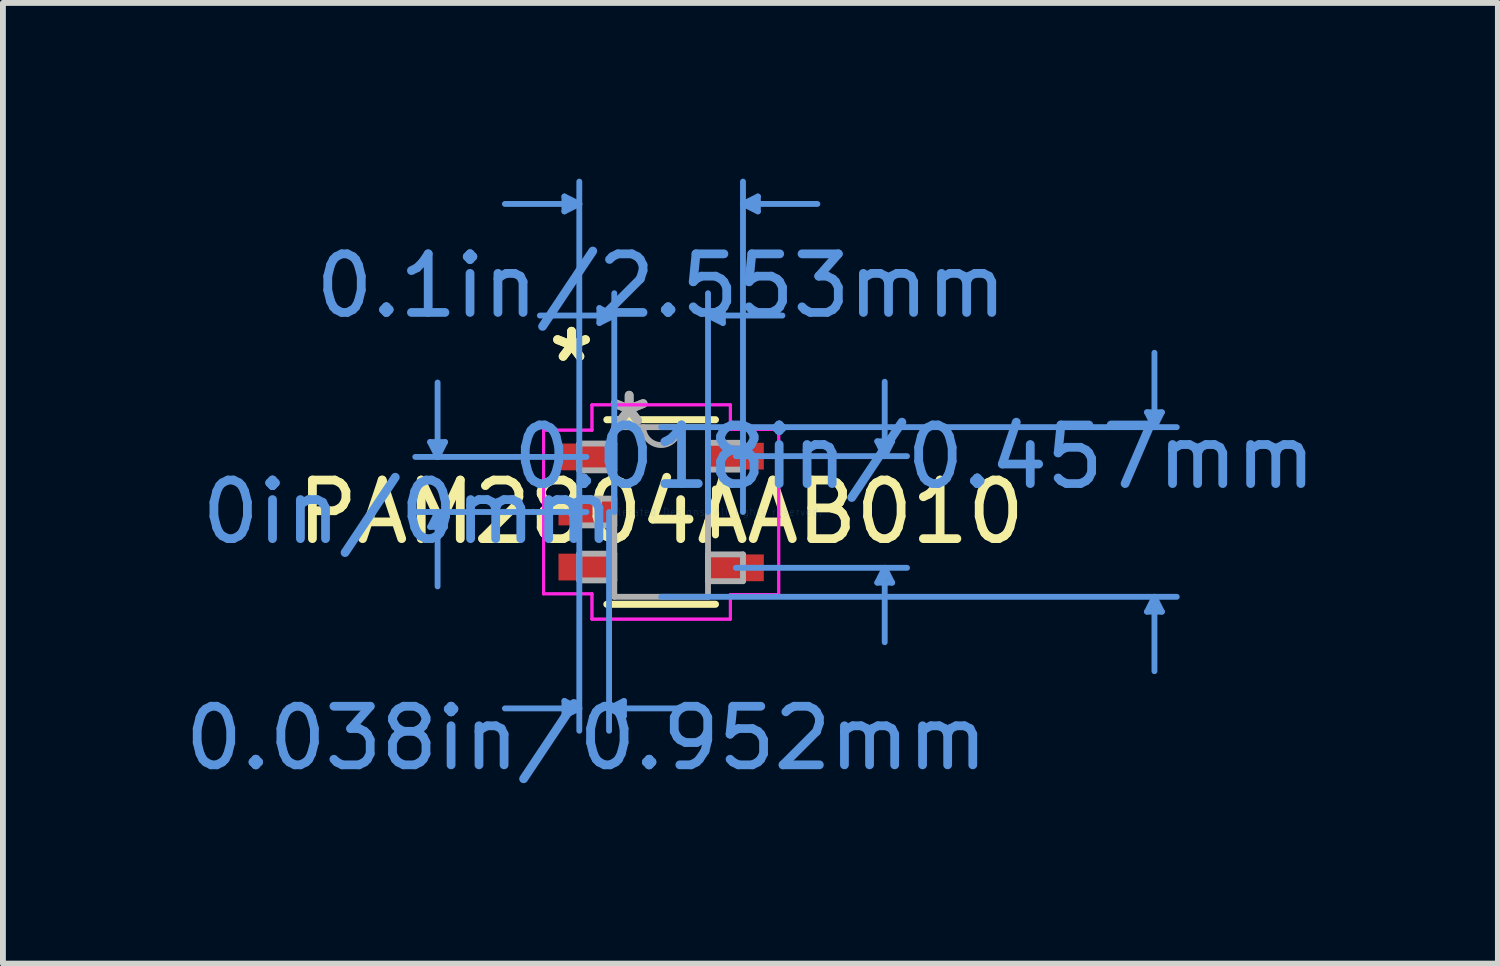
<source format=kicad_pcb>
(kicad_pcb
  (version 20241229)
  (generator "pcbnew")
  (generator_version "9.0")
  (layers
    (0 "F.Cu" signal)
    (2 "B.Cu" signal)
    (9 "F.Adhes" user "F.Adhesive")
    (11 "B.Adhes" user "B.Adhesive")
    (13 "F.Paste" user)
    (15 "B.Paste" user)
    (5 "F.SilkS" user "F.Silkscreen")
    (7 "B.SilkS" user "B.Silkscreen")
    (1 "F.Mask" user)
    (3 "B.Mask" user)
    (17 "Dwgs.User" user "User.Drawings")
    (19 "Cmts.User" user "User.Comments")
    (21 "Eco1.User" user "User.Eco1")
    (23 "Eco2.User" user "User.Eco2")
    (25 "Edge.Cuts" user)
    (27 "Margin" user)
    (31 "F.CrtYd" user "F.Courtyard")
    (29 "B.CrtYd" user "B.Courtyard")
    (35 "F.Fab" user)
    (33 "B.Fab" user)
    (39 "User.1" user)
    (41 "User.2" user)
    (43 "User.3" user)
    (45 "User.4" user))
  (footprint "PAM2804AAB010"
    (layer "F.Cu")
    (at 8.235 5.689)
    (property "Reference" "PAM2804AAB010" (at 0 0 0) (layer "F.SilkS") (effects (font (size 1 1) (thickness 0.15))))
    (attr through_hole)
    (fp_line (start -0.927 1.575) (end 0.927 1.575) (stroke (width 0.12) (type solid)) (layer "F.SilkS"))
    (fp_line (start 0.927 -1.575) (end -0.927 -1.575) (stroke (width 0.12) (type solid)) (layer "F.SilkS"))
    (fp_line (start 0.927 0.391) (end 0.927 -0.391) (stroke (width 0.12) (type solid)) (layer "F.SilkS"))
    (fp_line (start -3.943 -1.194) (end -3.689 -1.194) (stroke (width 0.1) (type solid)) (layer "Cmts.User"))
    (fp_line (start -3.943 0.254) (end -3.689 0.254) (stroke (width 0.1) (type solid)) (layer "Cmts.User"))
    (fp_line (start -3.816 -0.94) (end -3.943 -1.194) (stroke (width 0.1) (type solid)) (layer "Cmts.User"))
    (fp_line (start -3.816 -0.94) (end -3.816 -2.21) (stroke (width 0.1) (type solid)) (layer "Cmts.User"))
    (fp_line (start -3.816 -0.94) (end -3.689 -1.194) (stroke (width 0.1) (type solid)) (layer "Cmts.User"))
    (fp_line (start -3.816 0) (end -3.943 0.254) (stroke (width 0.1) (type solid)) (layer "Cmts.User"))
    (fp_line (start -3.816 0) (end -3.816 1.27) (stroke (width 0.1) (type solid)) (layer "Cmts.User"))
    (fp_line (start -3.816 0) (end -3.689 0.254) (stroke (width 0.1) (type solid)) (layer "Cmts.User"))
    (fp_line (start -1.651 -5.385) (end -1.651 -5.131) (stroke (width 0.1) (type solid)) (layer "Cmts.User"))
    (fp_line (start -1.651 3.226) (end -1.651 3.48) (stroke (width 0.1) (type solid)) (layer "Cmts.User"))
    (fp_line (start -1.397 -5.258) (end -2.667 -5.258) (stroke (width 0.1) (type solid)) (layer "Cmts.User"))
    (fp_line (start -1.397 -5.258) (end -1.651 -5.385) (stroke (width 0.1) (type solid)) (layer "Cmts.User"))
    (fp_line (start -1.397 -5.258) (end -1.651 -5.131) (stroke (width 0.1) (type solid)) (layer "Cmts.User"))
    (fp_line (start -1.397 0) (end -1.397 -5.639) (stroke (width 0.1) (type solid)) (layer "Cmts.User"))
    (fp_line (start -1.397 0) (end -1.397 3.734) (stroke (width 0.1) (type solid)) (layer "Cmts.User"))
    (fp_line (start -1.397 3.353) (end -2.667 3.353) (stroke (width 0.1) (type solid)) (layer "Cmts.User"))
    (fp_line (start -1.397 3.353) (end -1.651 3.226) (stroke (width 0.1) (type solid)) (layer "Cmts.User"))
    (fp_line (start -1.397 3.353) (end -1.651 3.48) (stroke (width 0.1) (type solid)) (layer "Cmts.User"))
    (fp_line (start -1.276 -0.94) (end -4.197 -0.94) (stroke (width 0.1) (type solid)) (layer "Cmts.User"))
    (fp_line (start -1.276 0) (end -4.197 0) (stroke (width 0.1) (type solid)) (layer "Cmts.User"))
    (fp_line (start -1.054 -3.48) (end -1.054 -3.226) (stroke (width 0.1) (type solid)) (layer "Cmts.User"))
    (fp_line (start -0.889 0) (end -0.889 3.734) (stroke (width 0.1) (type solid)) (layer "Cmts.User"))
    (fp_line (start -0.889 3.353) (end -0.635 3.226) (stroke (width 0.1) (type solid)) (layer "Cmts.User"))
    (fp_line (start -0.889 3.353) (end -0.635 3.48) (stroke (width 0.1) (type solid)) (layer "Cmts.User"))
    (fp_line (start -0.889 3.353) (end 0.381 3.353) (stroke (width 0.1) (type solid)) (layer "Cmts.User"))
    (fp_line (start -0.8 -3.353) (end -2.07 -3.353) (stroke (width 0.1) (type solid)) (layer "Cmts.User"))
    (fp_line (start -0.8 -3.353) (end -1.054 -3.48) (stroke (width 0.1) (type solid)) (layer "Cmts.User"))
    (fp_line (start -0.8 -3.353) (end -1.054 -3.226) (stroke (width 0.1) (type solid)) (layer "Cmts.User"))
    (fp_line (start -0.8 0) (end -0.8 -3.734) (stroke (width 0.1) (type solid)) (layer "Cmts.User"))
    (fp_line (start -0.635 3.226) (end -0.635 3.48) (stroke (width 0.1) (type solid)) (layer "Cmts.User"))
    (fp_line (start 0 -1.448) (end 8.801 -1.448) (stroke (width 0.1) (type solid)) (layer "Cmts.User"))
    (fp_line (start 0 1.448) (end 8.801 1.448) (stroke (width 0.1) (type solid)) (layer "Cmts.User"))
    (fp_line (start 0.8 -3.353) (end 1.054 -3.48) (stroke (width 0.1) (type solid)) (layer "Cmts.User"))
    (fp_line (start 0.8 -3.353) (end 1.054 -3.226) (stroke (width 0.1) (type solid)) (layer "Cmts.User"))
    (fp_line (start 0.8 -3.353) (end 2.07 -3.353) (stroke (width 0.1) (type solid)) (layer "Cmts.User"))
    (fp_line (start 0.8 0) (end 0.8 -3.734) (stroke (width 0.1) (type solid)) (layer "Cmts.User"))
    (fp_line (start 1.054 -3.48) (end 1.054 -3.226) (stroke (width 0.1) (type solid)) (layer "Cmts.User"))
    (fp_line (start 1.276 -0.953) (end 4.197 -0.953) (stroke (width 0.1) (type solid)) (layer "Cmts.User"))
    (fp_line (start 1.276 0.953) (end 4.197 0.953) (stroke (width 0.1) (type solid)) (layer "Cmts.User"))
    (fp_line (start 1.397 -5.258) (end 1.651 -5.385) (stroke (width 0.1) (type solid)) (layer "Cmts.User"))
    (fp_line (start 1.397 -5.258) (end 1.651 -5.131) (stroke (width 0.1) (type solid)) (layer "Cmts.User"))
    (fp_line (start 1.397 -5.258) (end 2.667 -5.258) (stroke (width 0.1) (type solid)) (layer "Cmts.User"))
    (fp_line (start 1.397 0) (end 1.397 -5.639) (stroke (width 0.1) (type solid)) (layer "Cmts.User"))
    (fp_line (start 1.651 -5.385) (end 1.651 -5.131) (stroke (width 0.1) (type solid)) (layer "Cmts.User"))
    (fp_line (start 3.689 -1.206) (end 3.943 -1.206) (stroke (width 0.1) (type solid)) (layer "Cmts.User"))
    (fp_line (start 3.689 1.206) (end 3.943 1.206) (stroke (width 0.1) (type solid)) (layer "Cmts.User"))
    (fp_line (start 3.816 -0.953) (end 3.689 -1.206) (stroke (width 0.1) (type solid)) (layer "Cmts.User"))
    (fp_line (start 3.816 -0.953) (end 3.816 -2.223) (stroke (width 0.1) (type solid)) (layer "Cmts.User"))
    (fp_line (start 3.816 -0.953) (end 3.943 -1.206) (stroke (width 0.1) (type solid)) (layer "Cmts.User"))
    (fp_line (start 3.816 0.953) (end 3.689 1.206) (stroke (width 0.1) (type solid)) (layer "Cmts.User"))
    (fp_line (start 3.816 0.953) (end 3.816 2.223) (stroke (width 0.1) (type solid)) (layer "Cmts.User"))
    (fp_line (start 3.816 0.953) (end 3.943 1.206) (stroke (width 0.1) (type solid)) (layer "Cmts.User"))
    (fp_line (start 8.293 -1.702) (end 8.547 -1.702) (stroke (width 0.1) (type solid)) (layer "Cmts.User"))
    (fp_line (start 8.293 1.702) (end 8.547 1.702) (stroke (width 0.1) (type solid)) (layer "Cmts.User"))
    (fp_line (start 8.42 -1.448) (end 8.293 -1.702) (stroke (width 0.1) (type solid)) (layer "Cmts.User"))
    (fp_line (start 8.42 -1.448) (end 8.42 -2.718) (stroke (width 0.1) (type solid)) (layer "Cmts.User"))
    (fp_line (start 8.42 -1.448) (end 8.547 -1.702) (stroke (width 0.1) (type solid)) (layer "Cmts.User"))
    (fp_line (start 8.42 1.448) (end 8.293 1.702) (stroke (width 0.1) (type solid)) (layer "Cmts.User"))
    (fp_line (start 8.42 1.448) (end 8.42 2.718) (stroke (width 0.1) (type solid)) (layer "Cmts.User"))
    (fp_line (start 8.42 1.448) (end 8.547 1.702) (stroke (width 0.1) (type solid)) (layer "Cmts.User"))
    (fp_line (start -2.007 -1.397) (end -1.181 -1.397) (stroke (width 0.05) (type solid)) (layer "F.CrtYd"))
    (fp_line (start -2.007 -1.397) (end -1.181 -1.397) (stroke (width 0.05) (type solid)) (layer "F.CrtYd"))
    (fp_line (start -2.007 1.397) (end -2.007 -1.397) (stroke (width 0.05) (type solid)) (layer "F.CrtYd"))
    (fp_line (start -2.007 1.397) (end -2.007 -1.397) (stroke (width 0.05) (type solid)) (layer "F.CrtYd"))
    (fp_line (start -1.181 -1.829) (end 1.181 -1.829) (stroke (width 0.05) (type solid)) (layer "F.CrtYd"))
    (fp_line (start -1.181 -1.829) (end 1.181 -1.829) (stroke (width 0.05) (type solid)) (layer "F.CrtYd"))
    (fp_line (start -1.181 -1.397) (end -1.181 -1.829) (stroke (width 0.05) (type solid)) (layer "F.CrtYd"))
    (fp_line (start -1.181 -1.397) (end -1.181 -1.829) (stroke (width 0.05) (type solid)) (layer "F.CrtYd"))
    (fp_line (start -1.181 1.397) (end -2.007 1.397) (stroke (width 0.05) (type solid)) (layer "F.CrtYd"))
    (fp_line (start -1.181 1.397) (end -2.007 1.397) (stroke (width 0.05) (type solid)) (layer "F.CrtYd"))
    (fp_line (start -1.181 1.829) (end -1.181 1.397) (stroke (width 0.05) (type solid)) (layer "F.CrtYd"))
    (fp_line (start -1.181 1.829) (end -1.181 1.397) (stroke (width 0.05) (type solid)) (layer "F.CrtYd"))
    (fp_line (start 1.181 -1.829) (end 1.181 -1.41) (stroke (width 0.05) (type solid)) (layer "F.CrtYd"))
    (fp_line (start 1.181 -1.829) (end 1.181 -1.41) (stroke (width 0.05) (type solid)) (layer "F.CrtYd"))
    (fp_line (start 1.181 -1.41) (end 2.007 -1.41) (stroke (width 0.05) (type solid)) (layer "F.CrtYd"))
    (fp_line (start 1.181 -1.41) (end 2.007 -1.41) (stroke (width 0.05) (type solid)) (layer "F.CrtYd"))
    (fp_line (start 1.181 1.41) (end 1.181 1.829) (stroke (width 0.05) (type solid)) (layer "F.CrtYd"))
    (fp_line (start 1.181 1.41) (end 1.181 1.829) (stroke (width 0.05) (type solid)) (layer "F.CrtYd"))
    (fp_line (start 1.181 1.829) (end -1.181 1.829) (stroke (width 0.05) (type solid)) (layer "F.CrtYd"))
    (fp_line (start 1.181 1.829) (end -1.181 1.829) (stroke (width 0.05) (type solid)) (layer "F.CrtYd"))
    (fp_line (start 2.007 -1.41) (end 2.007 1.41) (stroke (width 0.05) (type solid)) (layer "F.CrtYd"))
    (fp_line (start 2.007 -1.41) (end 2.007 1.41) (stroke (width 0.05) (type solid)) (layer "F.CrtYd"))
    (fp_line (start 2.007 1.41) (end 1.181 1.41) (stroke (width 0.05) (type solid)) (layer "F.CrtYd"))
    (fp_line (start 2.007 1.41) (end 1.181 1.41) (stroke (width 0.05) (type solid)) (layer "F.CrtYd"))
    (fp_line (start -1.397 -1.168) (end -1.397 -0.711) (stroke (width 0.1) (type solid)) (layer "F.Fab"))
    (fp_line (start -1.397 -0.711) (end -0.8 -0.711) (stroke (width 0.1) (type solid)) (layer "F.Fab"))
    (fp_line (start -1.397 -0.229) (end -1.397 0.229) (stroke (width 0.1) (type solid)) (layer "F.Fab"))
    (fp_line (start -1.397 0.229) (end -0.8 0.229) (stroke (width 0.1) (type solid)) (layer "F.Fab"))
    (fp_line (start -1.397 0.711) (end -1.397 1.168) (stroke (width 0.1) (type solid)) (layer "F.Fab"))
    (fp_line (start -1.397 1.168) (end -0.8 1.168) (stroke (width 0.1) (type solid)) (layer "F.Fab"))
    (fp_line (start -0.8 -1.448) (end -0.8 1.448) (stroke (width 0.1) (type solid)) (layer "F.Fab"))
    (fp_line (start -0.8 -1.168) (end -1.397 -1.168) (stroke (width 0.1) (type solid)) (layer "F.Fab"))
    (fp_line (start -0.8 -0.711) (end -0.8 -1.168) (stroke (width 0.1) (type solid)) (layer "F.Fab"))
    (fp_line (start -0.8 -0.229) (end -1.397 -0.229) (stroke (width 0.1) (type solid)) (layer "F.Fab"))
    (fp_line (start -0.8 0.229) (end -0.8 -0.229) (stroke (width 0.1) (type solid)) (layer "F.Fab"))
    (fp_line (start -0.8 0.711) (end -1.397 0.711) (stroke (width 0.1) (type solid)) (layer "F.Fab"))
    (fp_line (start -0.8 1.168) (end -0.8 0.711) (stroke (width 0.1) (type solid)) (layer "F.Fab"))
    (fp_line (start -0.8 1.448) (end 0.8 1.448) (stroke (width 0.1) (type solid)) (layer "F.Fab"))
    (fp_line (start 0.8 -1.448) (end -0.8 -1.448) (stroke (width 0.1) (type solid)) (layer "F.Fab"))
    (fp_line (start 0.8 -1.181) (end 0.8 -0.724) (stroke (width 0.1) (type solid)) (layer "F.Fab"))
    (fp_line (start 0.8 -0.724) (end 1.397 -0.724) (stroke (width 0.1) (type solid)) (layer "F.Fab"))
    (fp_line (start 0.8 0.724) (end 0.8 1.181) (stroke (width 0.1) (type solid)) (layer "F.Fab"))
    (fp_line (start 0.8 1.181) (end 1.397 1.181) (stroke (width 0.1) (type solid)) (layer "F.Fab"))
    (fp_line (start 0.8 1.448) (end 0.8 -1.448) (stroke (width 0.1) (type solid)) (layer "F.Fab"))
    (fp_line (start 1.397 -1.181) (end 0.8 -1.181) (stroke (width 0.1) (type solid)) (layer "F.Fab"))
    (fp_line (start 1.397 -0.724) (end 1.397 -1.181) (stroke (width 0.1) (type solid)) (layer "F.Fab"))
    (fp_line (start 1.397 0.724) (end 0.8 0.724) (stroke (width 0.1) (type solid)) (layer "F.Fab"))
    (fp_line (start 1.397 1.181) (end 1.397 0.724) (stroke (width 0.1) (type solid)) (layer "F.Fab"))
    (fp_arc (start 0.3048 -1.4478) (mid 0 -1.143) (end -0.3048 -1.4478) (stroke (width 0.1) (type solid)) (layer "F.Fab"))
    (fp_text user "*" (at -1.53 -2.54 0) (layer "F.SilkS") (effects (font (size 1 1) (thickness 0.15))))
    (fp_text user "*" (at -1.53 -2.54 0) (layer "F.SilkS") (effects (font (size 1 1) (thickness 0.15))))
    (fp_text user "Copyright 2021 Accelerated Designs. All rights reserved." (at 0 0 0) (layer "Cmts.User") (effects (font (size 0.127 0.127) (thickness 0.002))))
    (fp_text user "0.018in/0.457mm" (at 4.324 -0.94 0) (layer "Cmts.User") (effects (font (size 1 1) (thickness 0.15))))
    (fp_text user "0.038in/0.952mm" (at -1.276 3.861 0) (layer "Cmts.User") (effects (font (size 1 1) (thickness 0.15))))
    (fp_text user "0.1in/2.553mm" (at 0 -3.861 0) (layer "Cmts.User") (effects (font (size 1 1) (thickness 0.15))))
    (fp_text user "0in/0mm" (at -4.324 0 0) (layer "Cmts.User") (effects (font (size 1 1) (thickness 0.15))))
    (fp_text user "*" (at -0.546 -1.448 0) (layer "F.Fab") (effects (font (size 1 1) (thickness 0.15))))
    (fp_text user "*" (at -0.546 -1.448 0) (layer "F.Fab") (effects (font (size 1 1) (thickness 0.15))))
    (pad "1" smd rect (at -1.276 -0.94) (size 0.953 0.457) (layers "F.Cu" "F.Mask" "F.Paste"))
    (pad "2" smd rect (at -1.276 0) (size 0.953 0.457) (layers "F.Cu" "F.Mask" "F.Paste"))
    (pad "3" smd rect (at -1.276 0.94) (size 0.953 0.457) (layers "F.Cu" "F.Mask" "F.Paste"))
    (pad "4" smd rect (at 1.276 0.953) (size 0.953 0.457) (layers "F.Cu" "F.Mask" "F.Paste"))
    (pad "5" smd rect (at 1.276 -0.953) (size 0.953 0.457) (layers "F.Cu" "F.Mask" "F.Paste")))
  (gr_rect
    (start -3 -3)
    (end 22.517 13.398)
    (stroke (width 0.1) (type default))
    (fill no)
    (layer "Edge.Cuts")))
</source>
